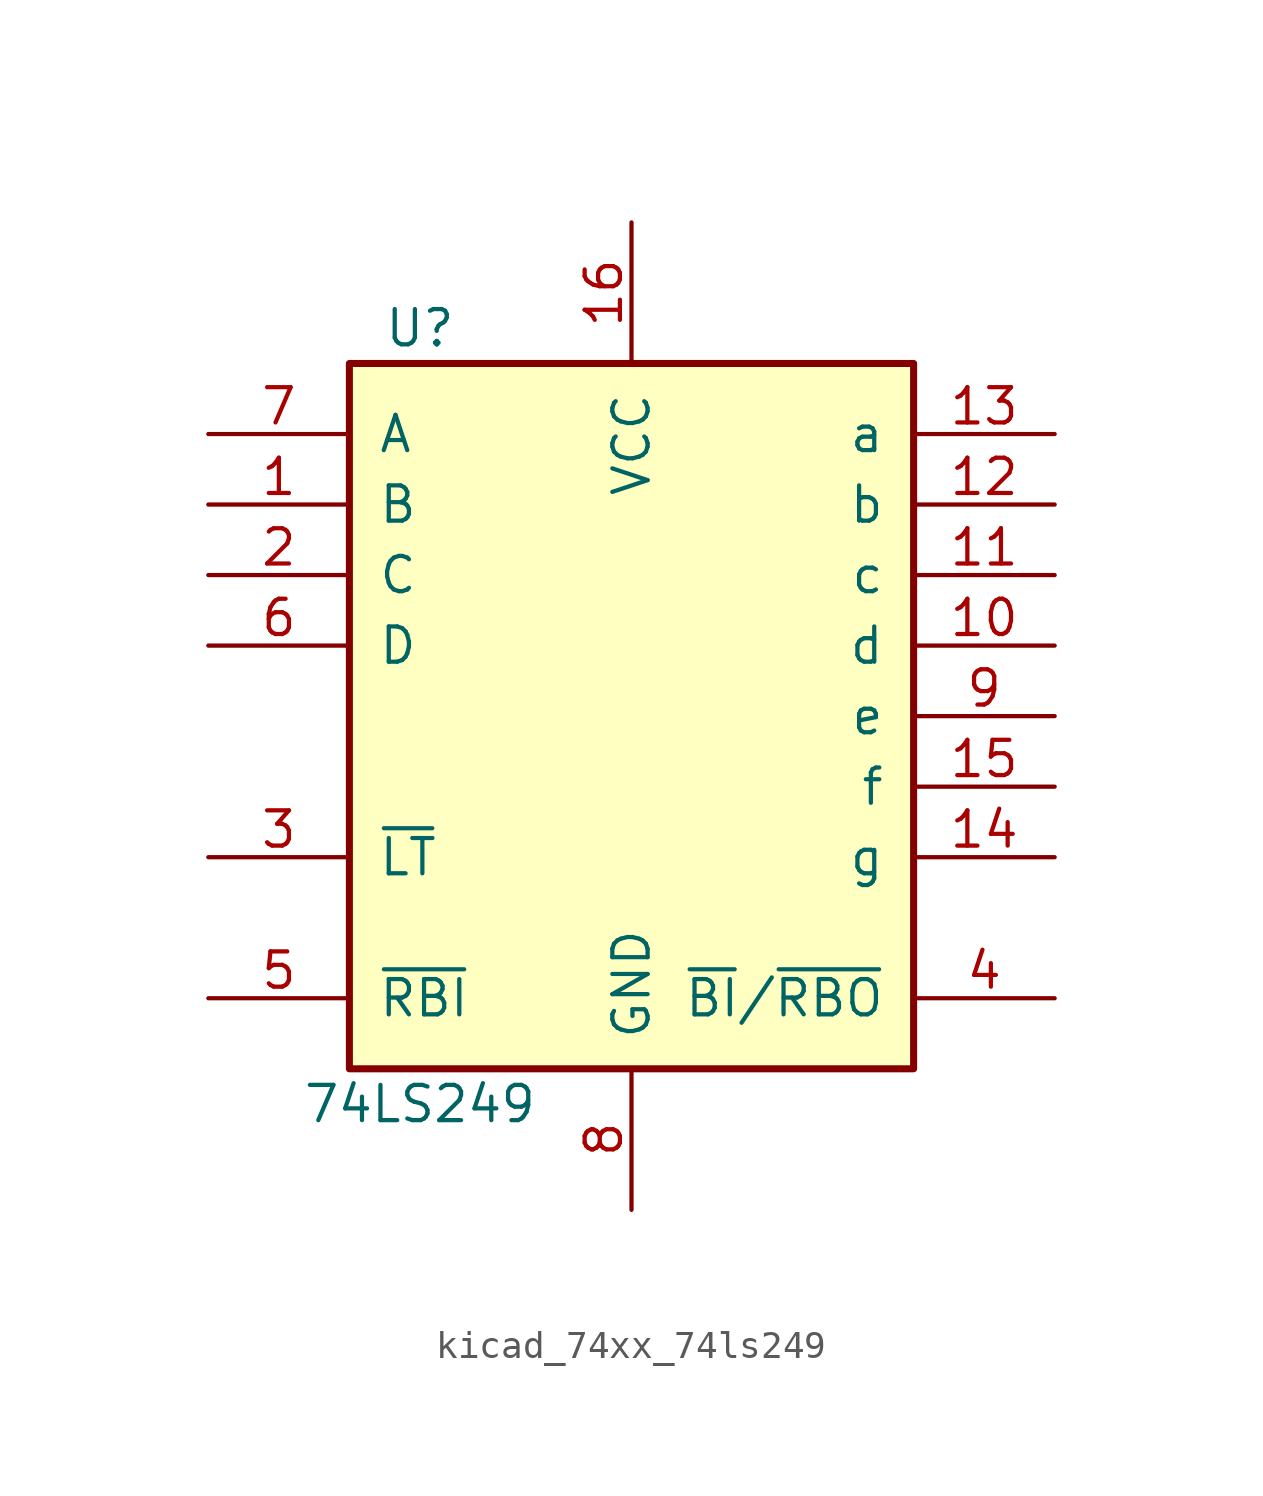
<source format=kicad_sym>
(kicad_symbol_lib
  (version 20220914)
  (generator kicad_symbol_editor)
  (symbol "kicad_74xx_74ls249"
    (pin_names
      (offset 1.016))
    (property "Reference" "U"
      (at -7.62 13.97 0)
      (effects (font (size 1.27 1.27))))
    (property "Value" "74LS249"
      (at -7.62 -13.97 0)
      (effects (font (size 1.27 1.27))))
    (property "ki_locked" ""
      (at 0 0 0)
      (effects (font (size 1.27 1.27))))
    (symbol "kicad_74xx_74ls249_1_0"
      (pin input line (at -15.24 7.62 0) (length 5.08) (name "B" (effects (font (size 1.27 1.27)))) (number "1" (effects (font (size 1.27 1.27)))))
      (pin open_collector line (at 15.24 2.54 180) (length 5.08) (name "d" (effects (font (size 1.27 1.27)))) (number "10" (effects (font (size 1.27 1.27)))))
      (pin open_collector line (at 15.24 5.08 180) (length 5.08) (name "c" (effects (font (size 1.27 1.27)))) (number "11" (effects (font (size 1.27 1.27)))))
      (pin open_collector line (at 15.24 7.62 180) (length 5.08) (name "b" (effects (font (size 1.27 1.27)))) (number "12" (effects (font (size 1.27 1.27)))))
      (pin open_collector line (at 15.24 10.16 180) (length 5.08) (name "a" (effects (font (size 1.27 1.27)))) (number "13" (effects (font (size 1.27 1.27)))))
      (pin open_collector line (at 15.24 -5.08 180) (length 5.08) (name "g" (effects (font (size 1.27 1.27)))) (number "14" (effects (font (size 1.27 1.27)))))
      (pin open_collector line (at 15.24 -2.54 180) (length 5.08) (name "f" (effects (font (size 1.27 1.27)))) (number "15" (effects (font (size 1.27 1.27)))))
      (pin power_in line (at 0 17.78 270) (length 5.08) (name "VCC" (effects (font (size 1.27 1.27)))) (number "16" (effects (font (size 1.27 1.27)))))
      (pin input line (at -15.24 5.08 0) (length 5.08) (name "C" (effects (font (size 1.27 1.27)))) (number "2" (effects (font (size 1.27 1.27)))))
      (pin input line (at -15.24 -5.08 0) (length 5.08) (name "~{LT}" (effects (font (size 1.27 1.27)))) (number "3" (effects (font (size 1.27 1.27)))))
      (pin open_collector line (at 15.24 -10.16 180) (length 5.08) (name "~{BI}/~{RBO}" (effects (font (size 1.27 1.27)))) (number "4" (effects (font (size 1.27 1.27)))))
      (pin input line (at -15.24 -10.16 0) (length 5.08) (name "~{RBI}" (effects (font (size 1.27 1.27)))) (number "5" (effects (font (size 1.27 1.27)))))
      (pin input line (at -15.24 2.54 0) (length 5.08) (name "D" (effects (font (size 1.27 1.27)))) (number "6" (effects (font (size 1.27 1.27)))))
      (pin input line (at -15.24 10.16 0) (length 5.08) (name "A" (effects (font (size 1.27 1.27)))) (number "7" (effects (font (size 1.27 1.27)))))
      (pin power_in line (at 0 -17.78 90) (length 5.08) (name "GND" (effects (font (size 1.27 1.27)))) (number "8" (effects (font (size 1.27 1.27)))))
      (pin open_collector line (at 15.24 0 180) (length 5.08) (name "e" (effects (font (size 1.27 1.27)))) (number "9" (effects (font (size 1.27 1.27))))))
    (symbol "kicad_74xx_74ls249_1_1"
      (rectangle (start -10.16 12.7) (end 10.16 -12.7) (stroke (width 0.254) (type default)) (fill (type background))))))
</source>
